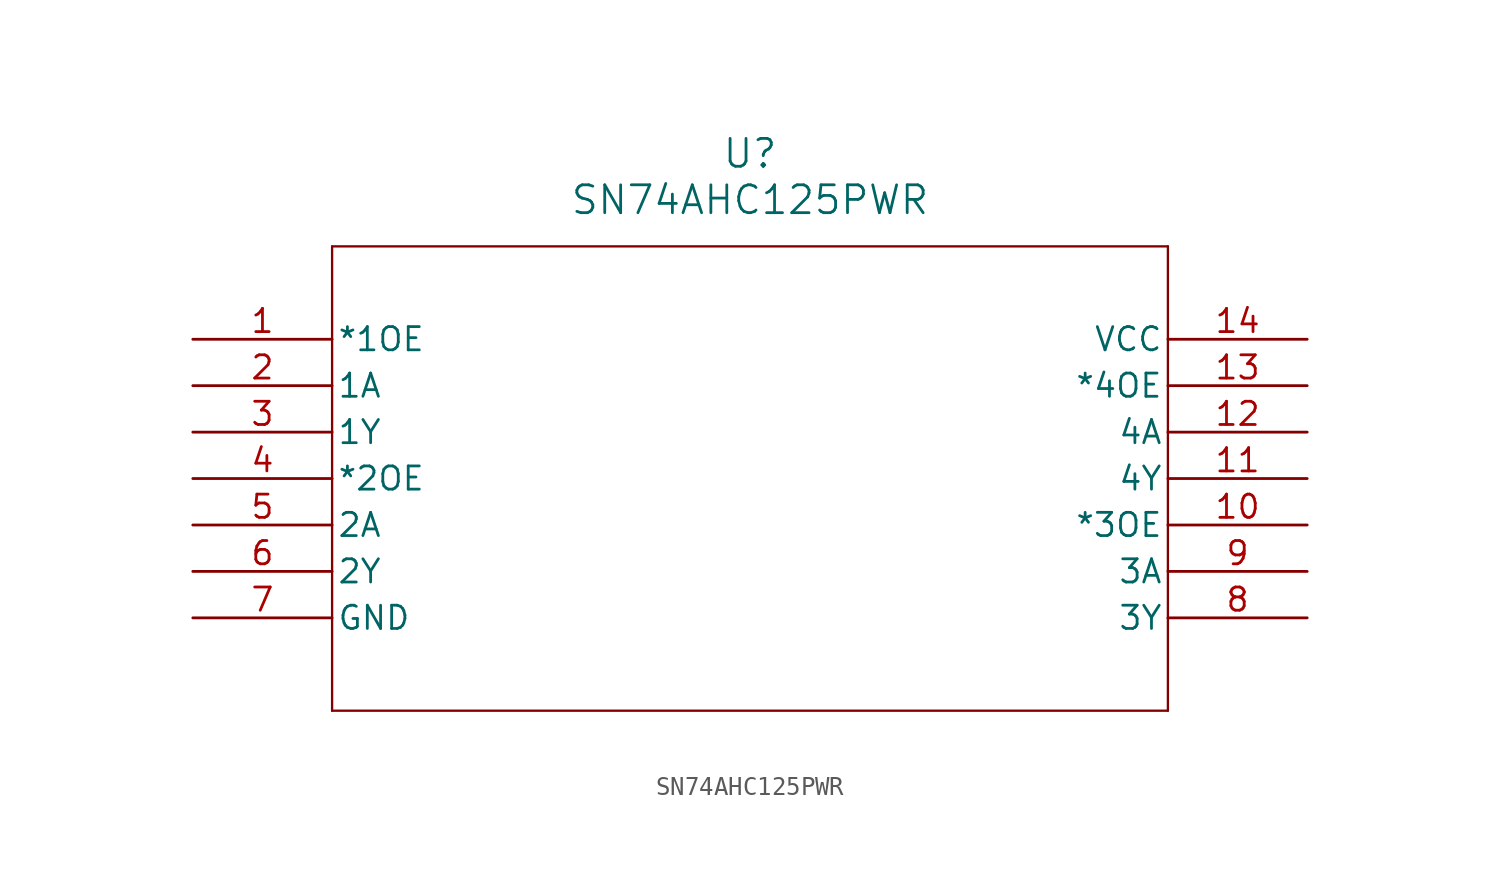
<source format=kicad_sym>
(kicad_symbol_lib
  (version 20231120)
  (generator "kicad_symbol_editor")
  (generator_version "8.0")
  (symbol "SN74AHC125PWR"
    (pin_names
      (offset 0.254))
    (property "Reference" "U"
      (at 30.48 10.16 0)
      (effects (font (size 1.524 1.524))))
    (property "Value" "SN74AHC125PWR"
      (at 30.48 7.62 0)
      (effects (font (size 1.524 1.524))))
    (symbol "SN74AHC125PWR_0_1"
      (polyline (pts (xy 7.62 -20.32) (xy 53.34 -20.32)) (stroke (width 0.127) (type default)) (fill (type none)))
      (polyline (pts (xy 7.62 5.08) (xy 7.62 -20.32)) (stroke (width 0.127) (type default)) (fill (type none)))
      (polyline (pts (xy 53.34 -20.32) (xy 53.34 5.08)) (stroke (width 0.127) (type default)) (fill (type none)))
      (polyline (pts (xy 53.34 5.08) (xy 7.62 5.08)) (stroke (width 0.127) (type default)) (fill (type none)))
      (pin input line (at 0 0 0) (length 7.62) (name "*1OE" (effects (font (size 1.27 1.27)))) (number "1" (effects (font (size 1.27 1.27)))))
      (pin input line (at 60.96 -10.16 180) (length 7.62) (name "*3OE" (effects (font (size 1.27 1.27)))) (number "10" (effects (font (size 1.27 1.27)))))
      (pin output line (at 60.96 -7.62 180) (length 7.62) (name "4Y" (effects (font (size 1.27 1.27)))) (number "11" (effects (font (size 1.27 1.27)))))
      (pin input line (at 60.96 -5.08 180) (length 7.62) (name "4A" (effects (font (size 1.27 1.27)))) (number "12" (effects (font (size 1.27 1.27)))))
      (pin input line (at 60.96 -2.54 180) (length 7.62) (name "*4OE" (effects (font (size 1.27 1.27)))) (number "13" (effects (font (size 1.27 1.27)))))
      (pin power_in line (at 60.96 0 180) (length 7.62) (name "VCC" (effects (font (size 1.27 1.27)))) (number "14" (effects (font (size 1.27 1.27)))))
      (pin input line (at 0 -2.54 0) (length 7.62) (name "1A" (effects (font (size 1.27 1.27)))) (number "2" (effects (font (size 1.27 1.27)))))
      (pin output line (at 0 -5.08 0) (length 7.62) (name "1Y" (effects (font (size 1.27 1.27)))) (number "3" (effects (font (size 1.27 1.27)))))
      (pin input line (at 0 -7.62 0) (length 7.62) (name "*2OE" (effects (font (size 1.27 1.27)))) (number "4" (effects (font (size 1.27 1.27)))))
      (pin input line (at 0 -10.16 0) (length 7.62) (name "2A" (effects (font (size 1.27 1.27)))) (number "5" (effects (font (size 1.27 1.27)))))
      (pin output line (at 0 -12.7 0) (length 7.62) (name "2Y" (effects (font (size 1.27 1.27)))) (number "6" (effects (font (size 1.27 1.27)))))
      (pin power_in line (at 0 -15.24 0) (length 7.62) (name "GND" (effects (font (size 1.27 1.27)))) (number "7" (effects (font (size 1.27 1.27)))))
      (pin output line (at 60.96 -15.24 180) (length 7.62) (name "3Y" (effects (font (size 1.27 1.27)))) (number "8" (effects (font (size 1.27 1.27)))))
      (pin input line (at 60.96 -12.7 180) (length 7.62) (name "3A" (effects (font (size 1.27 1.27)))) (number "9" (effects (font (size 1.27 1.27))))))))
</source>
